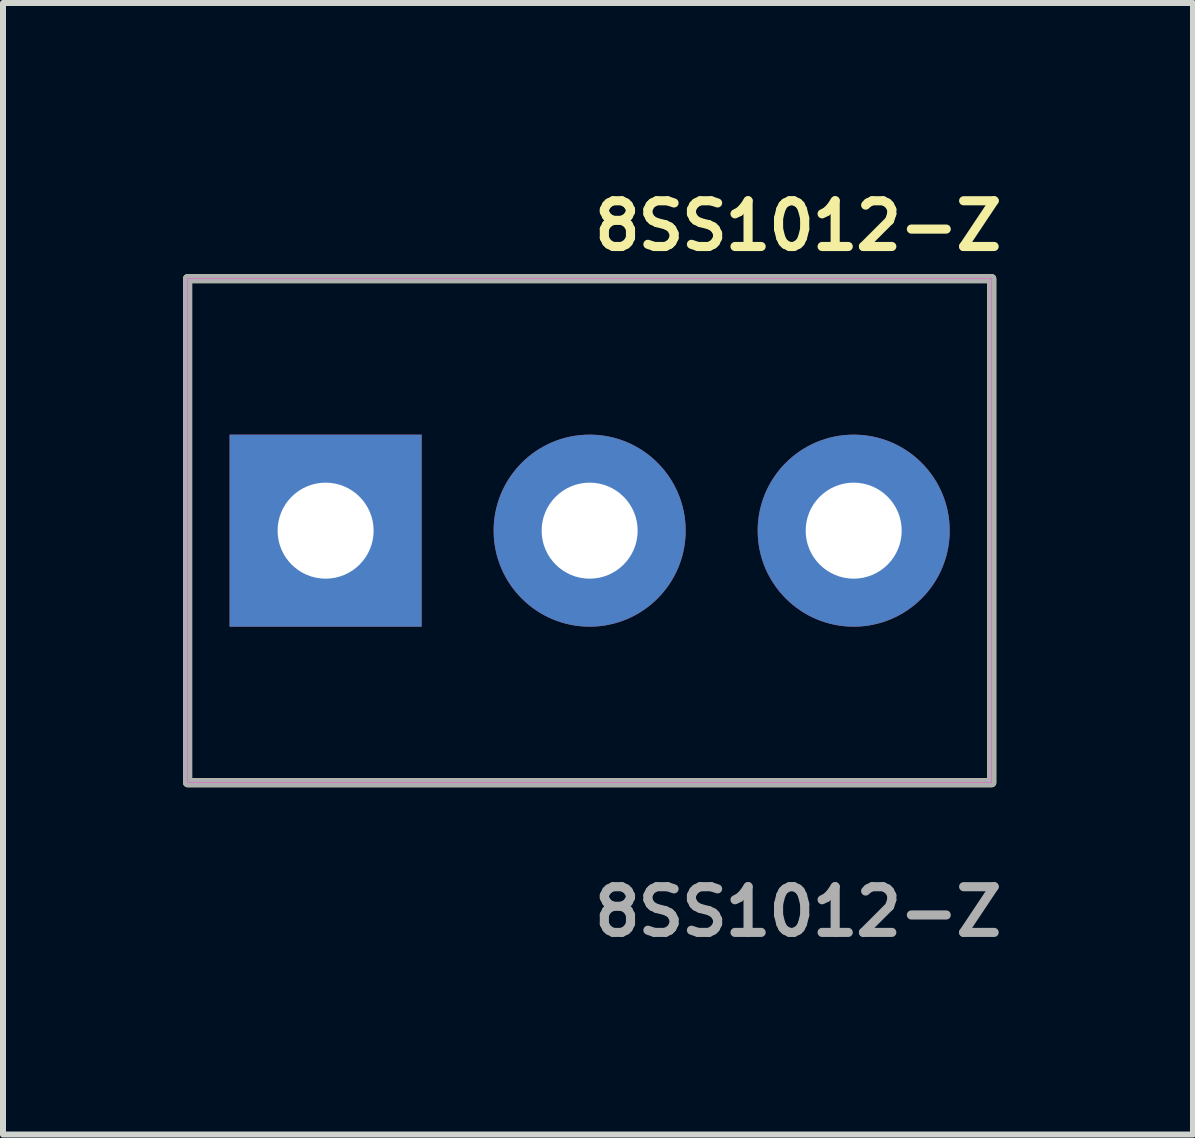
<source format=kicad_pcb>
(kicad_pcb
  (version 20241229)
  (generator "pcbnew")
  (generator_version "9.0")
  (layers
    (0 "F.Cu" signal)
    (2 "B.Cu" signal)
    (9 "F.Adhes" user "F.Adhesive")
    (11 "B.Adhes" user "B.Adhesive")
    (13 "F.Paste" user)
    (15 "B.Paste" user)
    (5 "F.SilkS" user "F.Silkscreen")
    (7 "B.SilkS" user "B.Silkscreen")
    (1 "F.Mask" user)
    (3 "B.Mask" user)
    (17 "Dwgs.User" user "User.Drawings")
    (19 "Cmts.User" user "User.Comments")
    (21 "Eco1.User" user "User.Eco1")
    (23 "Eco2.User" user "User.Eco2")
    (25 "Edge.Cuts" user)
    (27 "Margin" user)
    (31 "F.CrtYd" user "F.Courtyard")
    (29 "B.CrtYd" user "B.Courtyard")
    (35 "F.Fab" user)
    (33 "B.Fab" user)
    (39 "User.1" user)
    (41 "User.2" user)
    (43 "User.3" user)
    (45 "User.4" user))
  (footprint "8SS1012-Z"
    (layer "F.Cu")
    (at 6.776 5.793)
    (property "Reference" "8SS1012-Z" (at 0 -5.08 0) (unlocked yes) (layer "F.SilkS") (effects (font (size 0.762 0.762) (thickness 0.152)) (justify left)))
    (fp_rect (start -6.7 4.2) (end 6.7 -4.2) (stroke (width 0.152) (type solid)) (fill no) (layer "F.SilkS"))
    (fp_rect (start -6.7 4.2) (end 6.7 -4.2) (stroke (width 0.006) (type solid)) (fill no) (layer "F.CrtYd"))
    (fp_rect (start -6.7 4.2) (end 6.7 -4.2) (stroke (width 0.152) (type solid)) (fill no) (layer "F.Fab"))
    (fp_text user "${REFERENCE}" (at 0 6.35 0) (unlocked yes) (layer "F.Fab") (effects (font (size 0.762 0.762) (thickness 0.152)) (justify left)))
    (pad "1" thru_hole rect (at -4.4 0) (size 3.2 3.2) (drill 1.6) (layers "*.Cu" "*.Mask"))
    (pad "2" thru_hole circle (at 0 0) (size 3.2 3.2) (drill 1.6) (layers "*.Cu" "*.Mask"))
    (pad "3" thru_hole circle (at 4.4 0) (size 3.2 3.2) (drill 1.6) (layers "*.Cu" "*.Mask")))
  (gr_rect
    (start -3 -3)
    (end 16.83 15.856)
    (stroke (width 0.1) (type default))
    (fill no)
    (layer "Edge.Cuts")))
</source>
